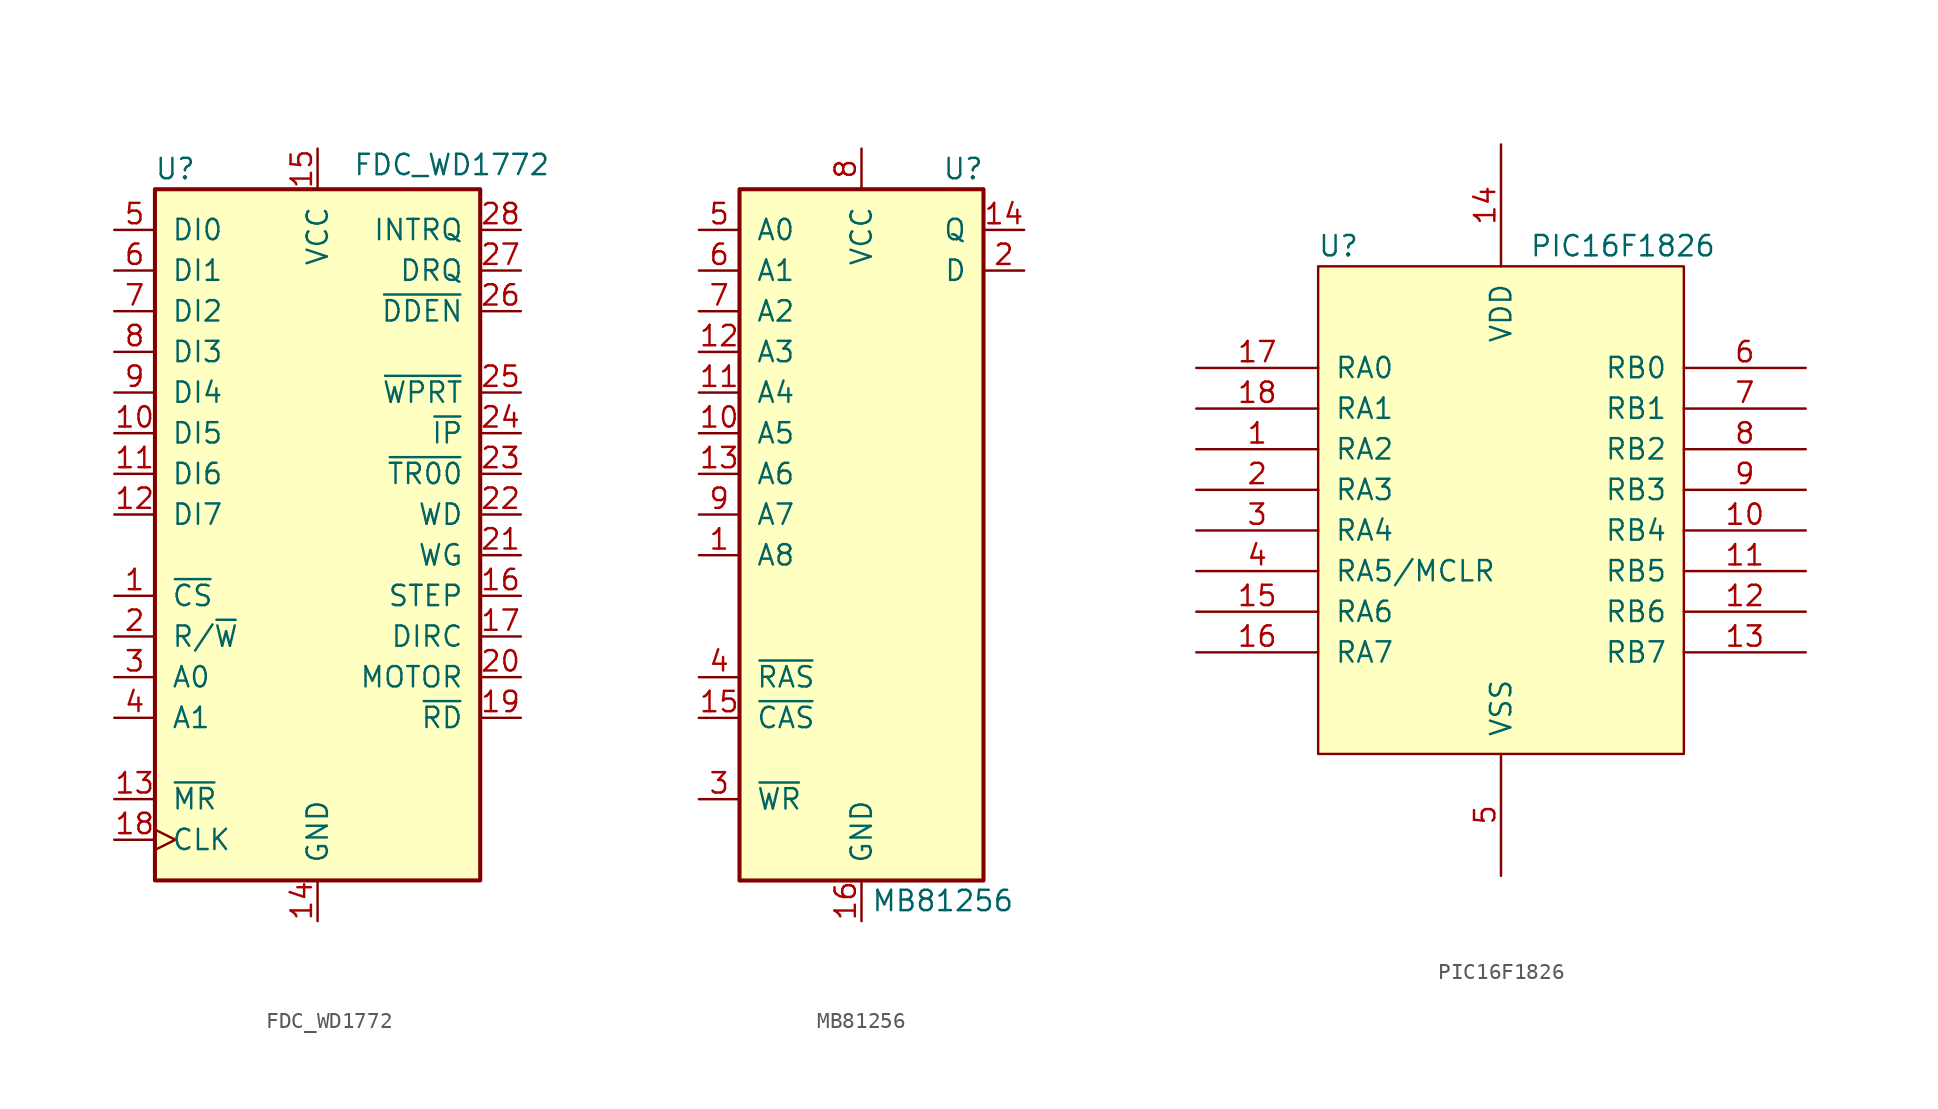
<source format=kicad_sym>
(kicad_symbol_lib
  (version 20220914)
  (generator kicad_symbol_editor)
  (symbol "FDC_WD1772"
    (pin_names
      (offset 1.016))
    (property "Reference" "U"
      (at -8.89 24.13 0)
      (effects (font (size 1.27 1.27))))
    (property "Value" "FDC_WD1772"
      (at 8.382 24.384 0)
      (effects (font (size 1.27 1.27))))
    (symbol "FDC_WD1772_0_1"
      (rectangle (start -10.16 22.86) (end 10.16 -20.32) (stroke (width 0.254) (type default)) (fill (type background))))
    (symbol "FDC_WD1772_1_1"
      (pin input line (at -12.7 -2.54 0) (length 2.54) (name "~{CS}" (effects (font (size 1.27 1.27)))) (number "1" (effects (font (size 1.27 1.27)))))
      (pin tri_state line (at -12.7 7.62 0) (length 2.54) (name "DI5" (effects (font (size 1.27 1.27)))) (number "10" (effects (font (size 1.27 1.27)))))
      (pin tri_state line (at -12.7 5.08 0) (length 2.54) (name "DI6" (effects (font (size 1.27 1.27)))) (number "11" (effects (font (size 1.27 1.27)))))
      (pin tri_state line (at -12.7 2.54 0) (length 2.54) (name "DI7" (effects (font (size 1.27 1.27)))) (number "12" (effects (font (size 1.27 1.27)))))
      (pin input line (at -12.7 -15.24 0) (length 2.54) (name "~{MR}" (effects (font (size 1.27 1.27)))) (number "13" (effects (font (size 1.27 1.27)))))
      (pin power_in line (at 0 -22.86 90) (length 2.54) (name "GND" (effects (font (size 1.27 1.27)))) (number "14" (effects (font (size 1.27 1.27)))))
      (pin power_in line (at 0 25.4 270) (length 2.54) (name "VCC" (effects (font (size 1.27 1.27)))) (number "15" (effects (font (size 1.27 1.27)))))
      (pin output line (at 12.7 -2.54 180) (length 2.54) (name "STEP" (effects (font (size 1.27 1.27)))) (number "16" (effects (font (size 1.27 1.27)))))
      (pin output line (at 12.7 -5.08 180) (length 2.54) (name "DIRC" (effects (font (size 1.27 1.27)))) (number "17" (effects (font (size 1.27 1.27)))))
      (pin input clock (at -12.7 -17.78 0) (length 2.54) (name "CLK" (effects (font (size 1.27 1.27)))) (number "18" (effects (font (size 1.27 1.27)))))
      (pin input line (at 12.7 -10.16 180) (length 2.54) (name "~{RD}" (effects (font (size 1.27 1.27)))) (number "19" (effects (font (size 1.27 1.27)))))
      (pin input line (at -12.7 -5.08 0) (length 2.54) (name "R/~{W}" (effects (font (size 1.27 1.27)))) (number "2" (effects (font (size 1.27 1.27)))))
      (pin output line (at 12.7 -7.62 180) (length 2.54) (name "MOTOR" (effects (font (size 1.27 1.27)))) (number "20" (effects (font (size 1.27 1.27)))))
      (pin output line (at 12.7 0 180) (length 2.54) (name "WG" (effects (font (size 1.27 1.27)))) (number "21" (effects (font (size 1.27 1.27)))))
      (pin output line (at 12.7 2.54 180) (length 2.54) (name "WD" (effects (font (size 1.27 1.27)))) (number "22" (effects (font (size 1.27 1.27)))))
      (pin input line (at 12.7 5.08 180) (length 2.54) (name "~{TR00}" (effects (font (size 1.27 1.27)))) (number "23" (effects (font (size 1.27 1.27)))))
      (pin input line (at 12.7 7.62 180) (length 2.54) (name "~{IP}" (effects (font (size 1.27 1.27)))) (number "24" (effects (font (size 1.27 1.27)))))
      (pin input line (at 12.7 10.16 180) (length 2.54) (name "~{WPRT}" (effects (font (size 1.27 1.27)))) (number "25" (effects (font (size 1.27 1.27)))))
      (pin input line (at 12.7 15.24 180) (length 2.54) (name "~{DDEN}" (effects (font (size 1.27 1.27)))) (number "26" (effects (font (size 1.27 1.27)))))
      (pin output line (at 12.7 17.78 180) (length 2.54) (name "DRQ" (effects (font (size 1.27 1.27)))) (number "27" (effects (font (size 1.27 1.27)))))
      (pin input line (at 12.7 20.32 180) (length 2.54) (name "INTRQ" (effects (font (size 1.27 1.27)))) (number "28" (effects (font (size 1.27 1.27)))))
      (pin input line (at -12.7 -7.62 0) (length 2.54) (name "A0" (effects (font (size 1.27 1.27)))) (number "3" (effects (font (size 1.27 1.27)))))
      (pin input line (at -12.7 -10.16 0) (length 2.54) (name "A1" (effects (font (size 1.27 1.27)))) (number "4" (effects (font (size 1.27 1.27)))))
      (pin tri_state line (at -12.7 20.32 0) (length 2.54) (name "DI0" (effects (font (size 1.27 1.27)))) (number "5" (effects (font (size 1.27 1.27)))))
      (pin tri_state line (at -12.7 17.78 0) (length 2.54) (name "DI1" (effects (font (size 1.27 1.27)))) (number "6" (effects (font (size 1.27 1.27)))))
      (pin tri_state line (at -12.7 15.24 0) (length 2.54) (name "DI2" (effects (font (size 1.27 1.27)))) (number "7" (effects (font (size 1.27 1.27)))))
      (pin tri_state line (at -12.7 12.7 0) (length 2.54) (name "DI3" (effects (font (size 1.27 1.27)))) (number "8" (effects (font (size 1.27 1.27)))))
      (pin tri_state line (at -12.7 10.16 0) (length 2.54) (name "DI4" (effects (font (size 1.27 1.27)))) (number "9" (effects (font (size 1.27 1.27)))))))
  (symbol "MB81256"
    (pin_names
      (offset 1.016))
    (property "Reference" "U"
      (at 6.35 26.67 0)
      (effects (font (size 1.27 1.27))))
    (property "Value" "MB81256"
      (at 5.08 -19.05 0)
      (effects (font (size 1.27 1.27))))
    (symbol "MB81256_1_1"
      (rectangle (start -7.62 25.4) (end 7.62 -17.78) (stroke (width 0.254) (type default)) (fill (type background)))
      (pin input line (at -10.16 2.54 0) (length 2.54) (name "A8" (effects (font (size 1.27 1.27)))) (number "1" (effects (font (size 1.27 1.27)))))
      (pin input line (at -10.16 10.16 0) (length 2.54) (name "A5" (effects (font (size 1.27 1.27)))) (number "10" (effects (font (size 1.27 1.27)))))
      (pin input line (at -10.16 12.7 0) (length 2.54) (name "A4" (effects (font (size 1.27 1.27)))) (number "11" (effects (font (size 1.27 1.27)))))
      (pin input line (at -10.16 15.24 0) (length 2.54) (name "A3" (effects (font (size 1.27 1.27)))) (number "12" (effects (font (size 1.27 1.27)))))
      (pin input line (at -10.16 7.62 0) (length 2.54) (name "A6" (effects (font (size 1.27 1.27)))) (number "13" (effects (font (size 1.27 1.27)))))
      (pin tri_state line (at 10.16 22.86 180) (length 2.54) (name "Q" (effects (font (size 1.27 1.27)))) (number "14" (effects (font (size 1.27 1.27)))))
      (pin input line (at -10.16 -7.62 0) (length 2.54) (name "~{CAS}" (effects (font (size 1.27 1.27)))) (number "15" (effects (font (size 1.27 1.27)))))
      (pin power_in line (at 0 -20.32 90) (length 2.54) (name "GND" (effects (font (size 1.27 1.27)))) (number "16" (effects (font (size 1.27 1.27)))))
      (pin tri_state line (at 10.16 20.32 180) (length 2.54) (name "D" (effects (font (size 1.27 1.27)))) (number "2" (effects (font (size 1.27 1.27)))))
      (pin input line (at -10.16 -12.7 0) (length 2.54) (name "~{WR}" (effects (font (size 1.27 1.27)))) (number "3" (effects (font (size 1.27 1.27)))))
      (pin input line (at -10.16 -5.08 0) (length 2.54) (name "~{RAS}" (effects (font (size 1.27 1.27)))) (number "4" (effects (font (size 1.27 1.27)))))
      (pin input line (at -10.16 22.86 0) (length 2.54) (name "A0" (effects (font (size 1.27 1.27)))) (number "5" (effects (font (size 1.27 1.27)))))
      (pin input line (at -10.16 20.32 0) (length 2.54) (name "A1" (effects (font (size 1.27 1.27)))) (number "6" (effects (font (size 1.27 1.27)))))
      (pin input line (at -10.16 17.78 0) (length 2.54) (name "A2" (effects (font (size 1.27 1.27)))) (number "7" (effects (font (size 1.27 1.27)))))
      (pin power_in line (at 0 27.94 270) (length 2.54) (name "VCC" (effects (font (size 1.27 1.27)))) (number "8" (effects (font (size 1.27 1.27)))))
      (pin input line (at -10.16 5.08 0) (length 2.54) (name "A7" (effects (font (size 1.27 1.27)))) (number "9" (effects (font (size 1.27 1.27)))))))
  (symbol "PIC16F1826"
    (pin_names
      (offset 1.016))
    (property "Reference" "U"
      (at -10.16 16.51 0)
      (effects (font (size 1.27 1.27))))
    (property "Value" "PIC16F1826"
      (at 7.62 16.51 0)
      (effects (font (size 1.27 1.27))))
    (symbol "PIC16F1826_1_0"
      (rectangle (start -11.43 -15.24) (end 11.43 15.24) (stroke (width 0) (type default)) (fill (type background))))
    (symbol "PIC16F1826_1_1"
      (pin tri_state line (at -19.05 3.81 0) (length 7.62) (name "RA2" (effects (font (size 1.27 1.27)))) (number "1" (effects (font (size 1.27 1.27)))))
      (pin tri_state line (at 19.05 -1.27 180) (length 7.62) (name "RB4" (effects (font (size 1.27 1.27)))) (number "10" (effects (font (size 1.27 1.27)))))
      (pin tri_state line (at 19.05 -3.81 180) (length 7.62) (name "RB5" (effects (font (size 1.27 1.27)))) (number "11" (effects (font (size 1.27 1.27)))))
      (pin tri_state line (at 19.05 -6.35 180) (length 7.62) (name "RB6" (effects (font (size 1.27 1.27)))) (number "12" (effects (font (size 1.27 1.27)))))
      (pin tri_state line (at 19.05 -8.89 180) (length 7.62) (name "RB7" (effects (font (size 1.27 1.27)))) (number "13" (effects (font (size 1.27 1.27)))))
      (pin power_in line (at 0 22.86 270) (length 7.62) (name "VDD" (effects (font (size 1.27 1.27)))) (number "14" (effects (font (size 1.27 1.27)))))
      (pin tri_state line (at -19.05 -6.35 0) (length 7.62) (name "RA6" (effects (font (size 1.27 1.27)))) (number "15" (effects (font (size 1.27 1.27)))))
      (pin tri_state line (at -19.05 -8.89 0) (length 7.62) (name "RA7" (effects (font (size 1.27 1.27)))) (number "16" (effects (font (size 1.27 1.27)))))
      (pin tri_state line (at -19.05 8.89 0) (length 7.62) (name "RA0" (effects (font (size 1.27 1.27)))) (number "17" (effects (font (size 1.27 1.27)))))
      (pin tri_state line (at -19.05 6.35 0) (length 7.62) (name "RA1" (effects (font (size 1.27 1.27)))) (number "18" (effects (font (size 1.27 1.27)))))
      (pin tri_state line (at -19.05 1.27 0) (length 7.62) (name "RA3" (effects (font (size 1.27 1.27)))) (number "2" (effects (font (size 1.27 1.27)))))
      (pin tri_state line (at -19.05 -1.27 0) (length 7.62) (name "RA4" (effects (font (size 1.27 1.27)))) (number "3" (effects (font (size 1.27 1.27)))))
      (pin input line (at -19.05 -3.81 0) (length 7.62) (name "RA5/MCLR" (effects (font (size 1.27 1.27)))) (number "4" (effects (font (size 1.27 1.27)))))
      (pin power_in line (at 0 -22.86 90) (length 7.62) (name "VSS" (effects (font (size 1.27 1.27)))) (number "5" (effects (font (size 1.27 1.27)))))
      (pin tri_state line (at 19.05 8.89 180) (length 7.62) (name "RB0" (effects (font (size 1.27 1.27)))) (number "6" (effects (font (size 1.27 1.27)))))
      (pin tri_state line (at 19.05 6.35 180) (length 7.62) (name "RB1" (effects (font (size 1.27 1.27)))) (number "7" (effects (font (size 1.27 1.27)))))
      (pin tri_state line (at 19.05 3.81 180) (length 7.62) (name "RB2" (effects (font (size 1.27 1.27)))) (number "8" (effects (font (size 1.27 1.27)))))
      (pin tri_state line (at 19.05 1.27 180) (length 7.62) (name "RB3" (effects (font (size 1.27 1.27)))) (number "9" (effects (font (size 1.27 1.27))))))))
</source>
